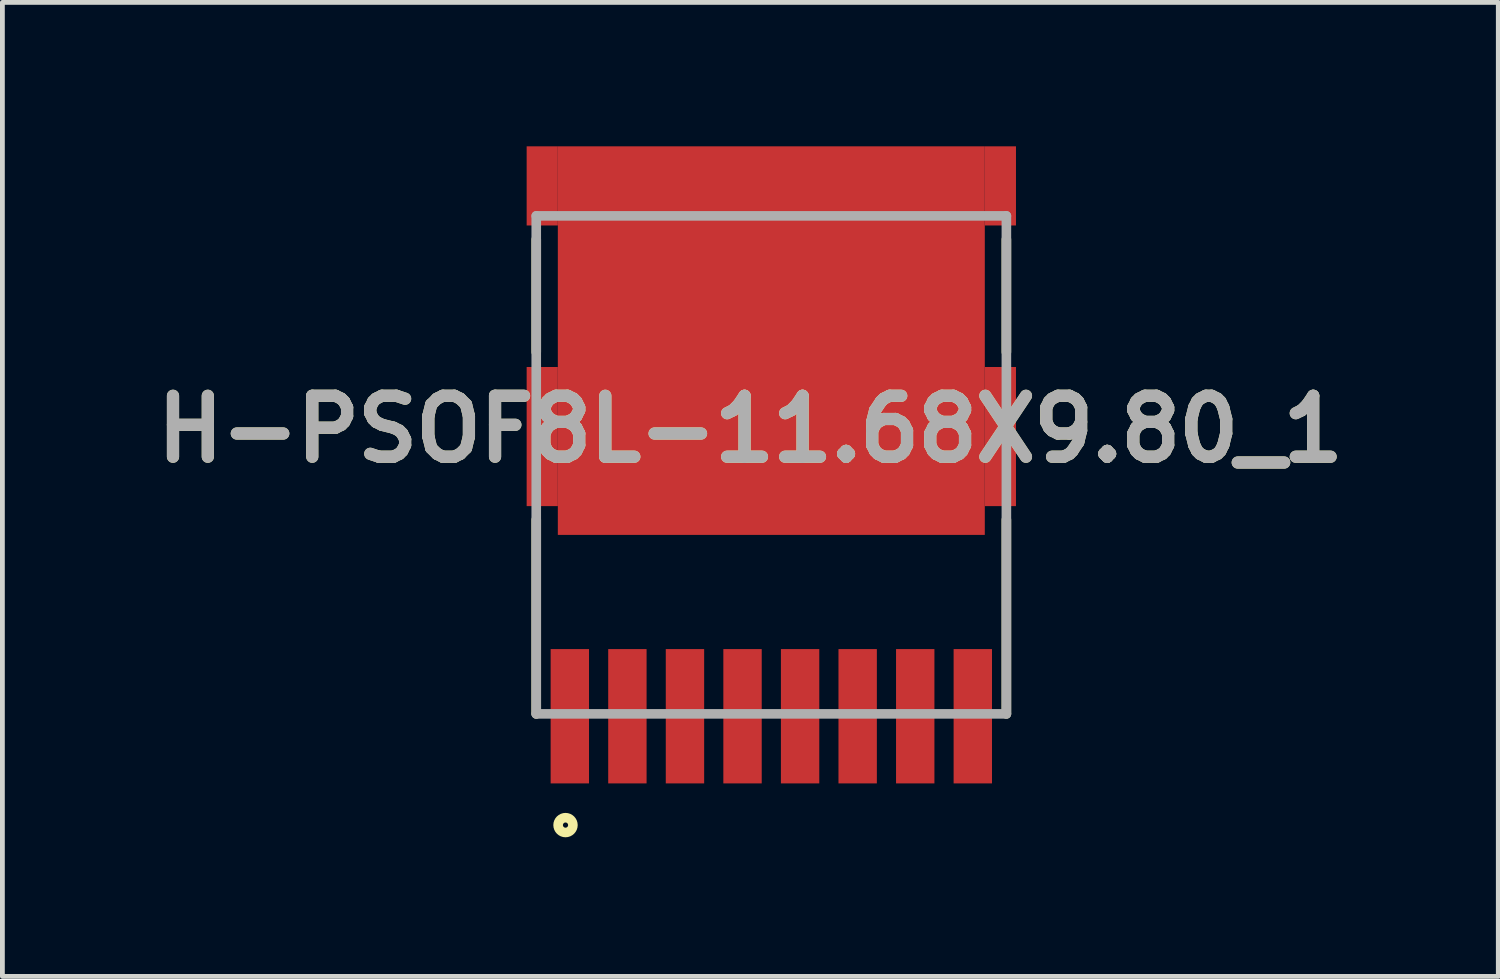
<source format=kicad_pcb>
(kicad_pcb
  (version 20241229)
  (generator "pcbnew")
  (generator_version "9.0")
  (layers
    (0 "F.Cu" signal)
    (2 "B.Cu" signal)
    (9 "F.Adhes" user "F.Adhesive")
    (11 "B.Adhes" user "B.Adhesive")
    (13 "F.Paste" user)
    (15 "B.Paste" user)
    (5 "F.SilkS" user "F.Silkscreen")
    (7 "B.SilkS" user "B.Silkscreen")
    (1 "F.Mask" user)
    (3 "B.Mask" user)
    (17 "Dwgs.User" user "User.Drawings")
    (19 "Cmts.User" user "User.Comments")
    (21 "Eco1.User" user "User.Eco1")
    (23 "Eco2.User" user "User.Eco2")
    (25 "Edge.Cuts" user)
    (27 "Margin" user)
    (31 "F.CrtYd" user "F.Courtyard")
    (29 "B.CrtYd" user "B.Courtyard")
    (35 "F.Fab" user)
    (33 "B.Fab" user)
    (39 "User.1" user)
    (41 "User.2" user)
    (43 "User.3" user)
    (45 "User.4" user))
  (footprint "H-PSOF8L-11.68X9.80_1"
    (layer "F.Cu")
    (at 13.028 6.64)
    (property "Reference" "H-PSOF8L-11.68X9.80_1" (at -0.437 -0.744 0) (layer "F.SilkS") (effects (font (size 1.27 1.27) (thickness 0.254))))
    (attr smd)
    (fp_line (start -4.9 -4.7) (end -4.9 -2.35) (stroke (width 0.2) (type solid)) (layer "F.SilkS"))
    (fp_line (start -4.9 5.19) (end -4.9 1.143) (stroke (width 0.2) (type solid)) (layer "F.SilkS"))
    (fp_line (start 4.9 -4.7) (end 4.9 -2.35) (stroke (width 0.2) (type solid)) (layer "F.SilkS"))
    (fp_line (start 4.9 5.19) (end 4.9 1.143) (stroke (width 0.2) (type solid)) (layer "F.SilkS"))
    (fp_circle (center -4.29 7.509) (end -4.29 7.563) (stroke (width 0.2) (type solid)) (fill no) (layer "F.SilkS"))
    (fp_line (start -4.9 -5.19) (end 4.9 -5.19) (stroke (width 0.2) (type solid)) (layer "F.Fab"))
    (fp_line (start -4.9 5.19) (end -4.9 -5.19) (stroke (width 0.2) (type solid)) (layer "F.Fab"))
    (fp_line (start 4.9 -5.19) (end 4.9 5.19) (stroke (width 0.2) (type solid)) (layer "F.Fab"))
    (fp_line (start 4.9 5.19) (end -4.9 5.19) (stroke (width 0.2) (type solid)) (layer "F.Fab"))
    (fp_text user "${REFERENCE}" (at -0.437 -0.744 0) (layer "F.Fab") (effects (font (size 1.27 1.27) (thickness 0.254))))
    (pad "1" smd rect (at -4.2 5.24) (size 0.8 2.8) (layers "F.Cu" "F.Mask" "F.Paste"))
    (pad "2" smd rect (at -3 5.24) (size 0.8 2.8) (layers "F.Cu" "F.Mask" "F.Paste"))
    (pad "3" smd rect (at -1.8 5.24) (size 0.8 2.8) (layers "F.Cu" "F.Mask" "F.Paste"))
    (pad "4" smd rect (at -0.6 5.24) (size 0.8 2.8) (layers "F.Cu" "F.Mask" "F.Paste"))
    (pad "5" smd rect (at 0.6 5.24) (size 0.8 2.8) (layers "F.Cu" "F.Mask" "F.Paste"))
    (pad "6" smd rect (at 1.8 5.24) (size 0.8 2.8) (layers "F.Cu" "F.Mask" "F.Paste"))
    (pad "7" smd rect (at 3 5.24) (size 0.8 2.8) (layers "F.Cu" "F.Mask" "F.Paste"))
    (pad "8" smd rect (at 4.2 5.24) (size 0.8 2.8) (layers "F.Cu" "F.Mask" "F.Paste"))
    (pad "9" smd rect (at 0 -2.59 90) (size 8.1 8.9) (layers "F.Cu" "F.Mask" "F.Paste"))
    (pad "10" smd rect (at -4.775 -5.815) (size 0.65 1.65) (layers "F.Cu" "F.Mask" "F.Paste"))
    (pad "11" smd rect (at 4.775 -5.815) (size 0.65 1.65) (layers "F.Cu" "F.Mask" "F.Paste"))
    (pad "12" smd rect (at -4.775 -0.59) (size 0.65 2.9) (layers "F.Cu" "F.Mask" "F.Paste"))
    (pad "13" smd rect (at 4.775 -0.59) (size 0.65 2.9) (layers "F.Cu" "F.Mask" "F.Paste")))
  (gr_rect
    (start -3 -3)
    (end 28.182 17.303)
    (stroke (width 0.1) (type default))
    (fill no)
    (layer "Edge.Cuts")))
</source>
